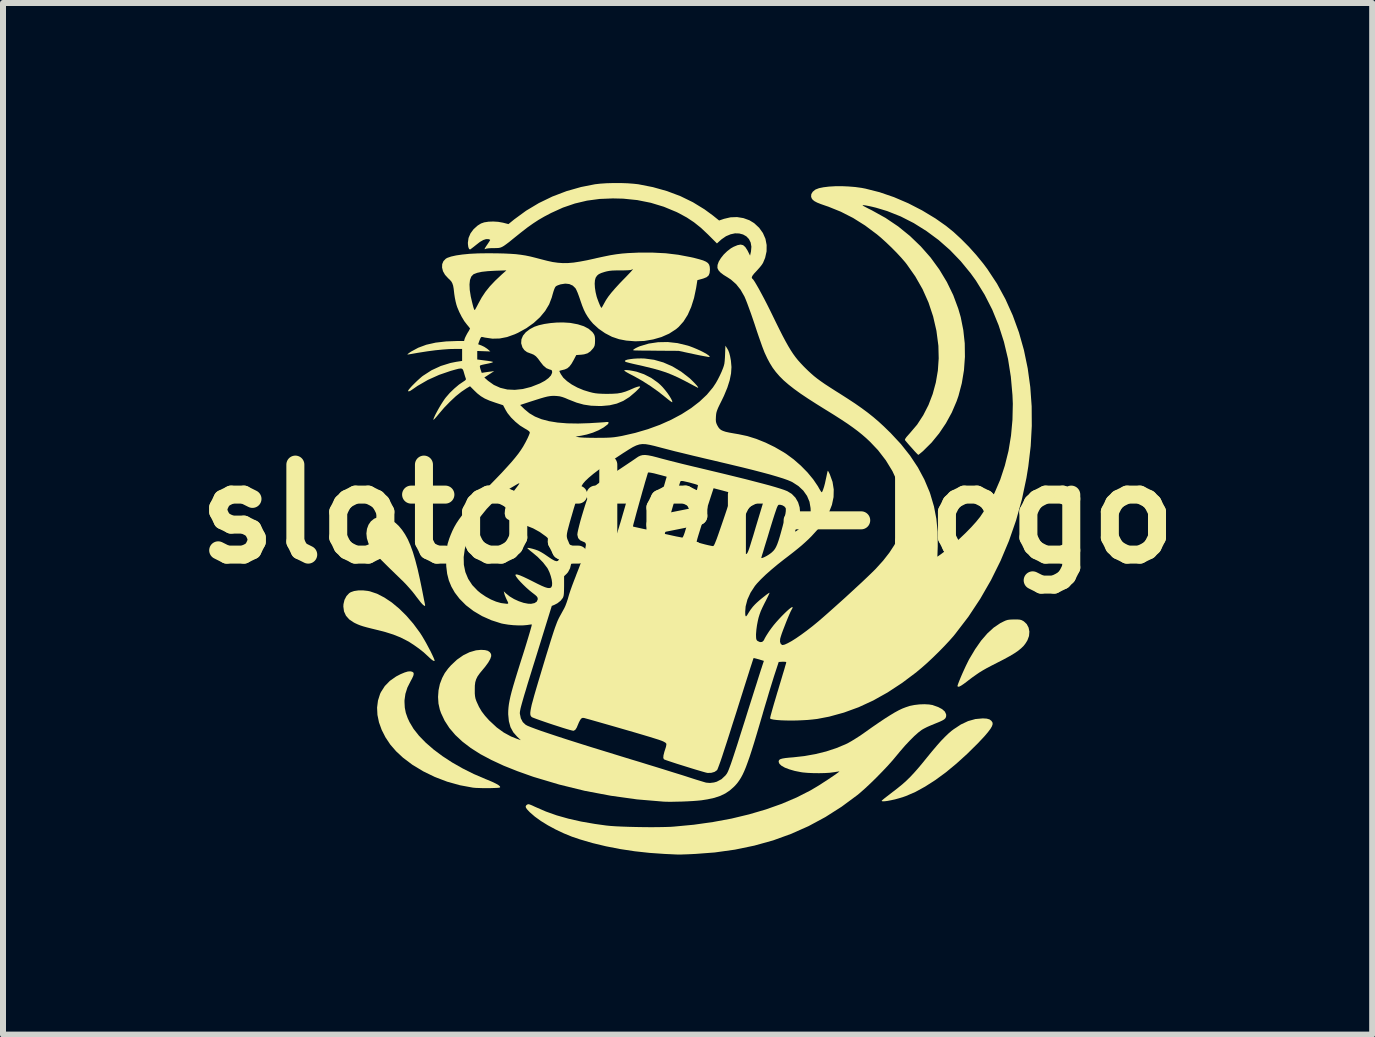
<source format=kicad_pcb>
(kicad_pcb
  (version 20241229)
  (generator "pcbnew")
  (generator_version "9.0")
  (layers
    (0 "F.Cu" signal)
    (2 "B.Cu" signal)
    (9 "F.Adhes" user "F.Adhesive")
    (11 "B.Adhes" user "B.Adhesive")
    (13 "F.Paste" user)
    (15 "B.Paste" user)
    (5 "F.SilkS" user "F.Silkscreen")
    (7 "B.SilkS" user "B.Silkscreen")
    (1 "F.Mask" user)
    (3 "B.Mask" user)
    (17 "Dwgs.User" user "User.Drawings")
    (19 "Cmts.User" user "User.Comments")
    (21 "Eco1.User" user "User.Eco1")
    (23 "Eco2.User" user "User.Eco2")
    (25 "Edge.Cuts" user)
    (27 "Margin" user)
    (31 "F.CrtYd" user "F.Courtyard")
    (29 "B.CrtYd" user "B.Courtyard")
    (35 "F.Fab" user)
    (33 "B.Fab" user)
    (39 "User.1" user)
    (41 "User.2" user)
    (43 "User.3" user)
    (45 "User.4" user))
  (footprint "slototter-logo"
    (layer "F.Cu")
    (at 8.407 5.513)
    (property "Reference" "slototter-logo" (at 0 0 0) (layer "F.SilkS") (effects (font (size 1.5 1.5) (thickness 0.3))))
    (attr board_only exclude_from_pos_files exclude_from_bom)
    (fp_poly (pts (xy -0.972 -2.393) (xy -0.919 -2.384) (xy -0.861 -2.372) (xy -0.848 -2.369) (xy -0.726 -2.327) (xy -0.606 -2.266) (xy -0.495 -2.187) (xy -0.454 -2.151) (xy -0.415 -2.111) (xy -0.375 -2.064) (xy -0.336 -2.014) (xy -0.302 -1.964) (xy -0.275 -1.919) (xy -0.258 -1.884) (xy -0.254 -1.862) (xy -0.254 -1.861) (xy -0.264 -1.864) (xy -0.289 -1.88) (xy -0.324 -1.907) (xy -0.367 -1.942) (xy -0.372 -1.946) (xy -0.49 -2.039) (xy -0.62 -2.131) (xy -0.753 -2.216) (xy -0.882 -2.289) (xy -0.914 -2.306) (xy -0.967 -2.333) (xy -1.01 -2.357) (xy -1.042 -2.377) (xy -1.056 -2.388) (xy -1.056 -2.39) (xy -1.045 -2.396) (xy -1.016 -2.397)) (stroke (width 0) (type solid)) (fill yes) (layer "F.SilkS"))
    (fp_poly (pts (xy -0.168 -2.846) (xy -0.007 -2.807) (xy 0.024 -2.798) (xy 0.088 -2.774) (xy 0.153 -2.747) (xy 0.215 -2.719) (xy 0.27 -2.691) (xy 0.316 -2.665) (xy 0.349 -2.642) (xy 0.367 -2.625) (xy 0.365 -2.615) (xy 0.351 -2.615) (xy 0.316 -2.621) (xy 0.266 -2.63) (xy 0.202 -2.642) (xy 0.13 -2.657) (xy 0.102 -2.663) (xy -0.15 -2.717) (xy -0.474 -2.719) (xy -0.563 -2.72) (xy -0.648 -2.721) (xy -0.724 -2.721) (xy -0.787 -2.722) (xy -0.834 -2.723) (xy -0.858 -2.723) (xy -0.893 -2.725) (xy -0.908 -2.728) (xy -0.905 -2.735) (xy -0.891 -2.746) (xy -0.865 -2.762) (xy -0.826 -2.781) (xy -0.795 -2.794) (xy -0.648 -2.838) (xy -0.492 -2.861) (xy -0.331 -2.864)) (stroke (width 0) (type solid)) (fill yes) (layer "F.SilkS"))
    (fp_poly (pts (xy -0.714 -2.589) (xy -0.558 -2.568) (xy -0.404 -2.524) (xy -0.253 -2.458) (xy -0.108 -2.371) (xy 0.029 -2.265) (xy 0.051 -2.245) (xy 0.091 -2.206) (xy 0.127 -2.169) (xy 0.156 -2.137) (xy 0.173 -2.113) (xy 0.177 -2.101) (xy 0.175 -2.101) (xy 0.163 -2.106) (xy 0.134 -2.121) (xy 0.094 -2.142) (xy 0.07 -2.155) (xy -0.053 -2.22) (xy -0.161 -2.274) (xy -0.262 -2.319) (xy -0.36 -2.358) (xy -0.462 -2.391) (xy -0.573 -2.422) (xy -0.7 -2.453) (xy -0.736 -2.462) (xy -0.829 -2.483) (xy -0.901 -2.499) (xy -0.955 -2.512) (xy -0.993 -2.522) (xy -1.019 -2.529) (xy -1.034 -2.535) (xy -1.041 -2.54) (xy -1.044 -2.546) (xy -1.044 -2.55) (xy -1.033 -2.561) (xy -1.002 -2.571) (xy -0.956 -2.579) (xy -0.899 -2.586) (xy -0.835 -2.59) (xy -0.769 -2.591)) (stroke (width 0) (type solid)) (fill yes) (layer "F.SilkS"))
    (fp_poly (pts (xy -5.021 0.065) (xy -4.941 0.099) (xy -4.864 0.152) (xy -4.813 0.2) (xy -4.758 0.266) (xy -4.708 0.34) (xy -4.661 0.425) (xy -4.618 0.524) (xy -4.577 0.637) (xy -4.538 0.768) (xy -4.499 0.917) (xy -4.461 1.086) (xy -4.435 1.212) (xy -4.419 1.291) (xy -4.405 1.363) (xy -4.393 1.425) (xy -4.383 1.473) (xy -4.377 1.503) (xy -4.375 1.509) (xy -4.374 1.531) (xy -4.384 1.533) (xy -4.408 1.515) (xy -4.426 1.497) (xy -4.448 1.472) (xy -4.479 1.432) (xy -4.516 1.385) (xy -4.546 1.344) (xy -4.588 1.291) (xy -4.641 1.23) (xy -4.698 1.167) (xy -4.755 1.109) (xy -4.761 1.104) (xy -4.868 1) (xy -4.96 0.911) (xy -5.037 0.835) (xy -5.102 0.77) (xy -5.154 0.715) (xy -5.197 0.668) (xy -5.232 0.628) (xy -5.259 0.592) (xy -5.281 0.559) (xy -5.299 0.528) (xy -5.314 0.497) (xy -5.319 0.487) (xy -5.344 0.406) (xy -5.352 0.326) (xy -5.342 0.249) (xy -5.317 0.181) (xy -5.277 0.123) (xy -5.223 0.08) (xy -5.174 0.06) (xy -5.099 0.051)) (stroke (width 0) (type solid)) (fill yes) (layer "F.SilkS"))
    (fp_poly (pts (xy 4.984 3.411) (xy 5.03 3.424) (xy 5.062 3.448) (xy 5.08 3.475) (xy 5.083 3.502) (xy 5.072 3.537) (xy 5.046 3.582) (xy 5.003 3.639) (xy 4.944 3.708) (xy 4.867 3.79) (xy 4.844 3.815) (xy 4.66 3.997) (xy 4.479 4.161) (xy 4.301 4.308) (xy 4.126 4.436) (xy 3.957 4.544) (xy 3.795 4.633) (xy 3.64 4.7) (xy 3.592 4.717) (xy 3.523 4.738) (xy 3.454 4.757) (xy 3.389 4.771) (xy 3.332 4.782) (xy 3.284 4.788) (xy 3.251 4.789) (xy 3.235 4.784) (xy 3.235 4.777) (xy 3.247 4.767) (xy 3.274 4.744) (xy 3.315 4.712) (xy 3.366 4.673) (xy 3.423 4.628) (xy 3.431 4.623) (xy 3.51 4.561) (xy 3.58 4.504) (xy 3.645 4.446) (xy 3.708 4.384) (xy 3.772 4.316) (xy 3.841 4.238) (xy 3.918 4.146) (xy 3.985 4.063) (xy 4.075 3.953) (xy 4.154 3.86) (xy 4.223 3.782) (xy 4.286 3.717) (xy 4.344 3.661) (xy 4.4 3.613) (xy 4.432 3.589) (xy 4.553 3.509) (xy 4.674 3.452) (xy 4.796 3.418) (xy 4.918 3.407)) (stroke (width 0) (type solid)) (fill yes) (layer "F.SilkS"))
    (fp_poly (pts (xy -5.33 1.283) (xy -5.294 1.29) (xy -5.175 1.33) (xy -5.053 1.393) (xy -4.93 1.475) (xy -4.807 1.577) (xy -4.687 1.695) (xy -4.57 1.83) (xy -4.46 1.979) (xy -4.447 1.999) (xy -4.418 2.045) (xy -4.385 2.101) (xy -4.35 2.163) (xy -4.316 2.227) (xy -4.283 2.289) (xy -4.255 2.347) (xy -4.233 2.395) (xy -4.219 2.43) (xy -4.215 2.448) (xy -4.215 2.449) (xy -4.226 2.451) (xy -4.248 2.44) (xy -4.249 2.439) (xy -4.274 2.42) (xy -4.307 2.39) (xy -4.338 2.361) (xy -4.399 2.305) (xy -4.475 2.245) (xy -4.558 2.186) (xy -4.638 2.134) (xy -4.672 2.115) (xy -4.784 2.058) (xy -4.904 2.01) (xy -5.037 1.968) (xy -5.174 1.933) (xy -5.268 1.91) (xy -5.343 1.891) (xy -5.404 1.874) (xy -5.453 1.858) (xy -5.496 1.841) (xy -5.537 1.822) (xy -5.562 1.809) (xy -5.638 1.758) (xy -5.692 1.697) (xy -5.725 1.625) (xy -5.736 1.544) (xy -5.734 1.504) (xy -5.717 1.432) (xy -5.684 1.369) (xy -5.639 1.321) (xy -5.612 1.304) (xy -5.557 1.285) (xy -5.488 1.275) (xy -5.41 1.274)) (stroke (width 0) (type solid)) (fill yes) (layer "F.SilkS"))
    (fp_poly (pts (xy 5.499 1.759) (xy 5.536 1.762) (xy 5.563 1.769) (xy 5.588 1.782) (xy 5.602 1.79) (xy 5.651 1.836) (xy 5.682 1.895) (xy 5.695 1.962) (xy 5.689 2.034) (xy 5.663 2.105) (xy 5.66 2.11) (xy 5.632 2.156) (xy 5.599 2.199) (xy 5.558 2.239) (xy 5.508 2.28) (xy 5.445 2.323) (xy 5.368 2.369) (xy 5.273 2.421) (xy 5.158 2.48) (xy 5.156 2.481) (xy 5.062 2.529) (xy 4.986 2.569) (xy 4.921 2.606) (xy 4.862 2.642) (xy 4.805 2.681) (xy 4.743 2.725) (xy 4.673 2.778) (xy 4.662 2.787) (xy 4.603 2.831) (xy 4.56 2.86) (xy 4.53 2.876) (xy 4.51 2.88) (xy 4.498 2.873) (xy 4.497 2.871) (xy 4.499 2.857) (xy 4.51 2.825) (xy 4.528 2.779) (xy 4.551 2.723) (xy 4.578 2.66) (xy 4.607 2.596) (xy 4.636 2.533) (xy 4.664 2.476) (xy 4.688 2.428) (xy 4.693 2.419) (xy 4.792 2.253) (xy 4.892 2.11) (xy 4.995 1.991) (xy 5.1 1.895) (xy 5.209 1.821) (xy 5.258 1.796) (xy 5.299 1.777) (xy 5.334 1.766) (xy 5.372 1.761) (xy 5.422 1.759) (xy 5.445 1.759)) (stroke (width 0) (type solid)) (fill yes) (layer "F.SilkS"))
    (fp_poly (pts (xy -4.591 2.629) (xy -4.57 2.642) (xy -4.563 2.664) (xy -4.57 2.697) (xy -4.591 2.743) (xy -4.614 2.785) (xy -4.669 2.894) (xy -4.702 2.998) (xy -4.717 3.105) (xy -4.717 3.138) (xy -4.712 3.23) (xy -4.695 3.316) (xy -4.664 3.403) (xy -4.634 3.468) (xy -4.566 3.582) (xy -4.475 3.697) (xy -4.363 3.812) (xy -4.233 3.925) (xy -4.086 4.035) (xy -3.924 4.141) (xy -3.748 4.241) (xy -3.56 4.335) (xy -3.362 4.42) (xy -3.339 4.429) (xy -3.256 4.464) (xy -3.192 4.495) (xy -3.148 4.521) (xy -3.125 4.542) (xy -3.124 4.557) (xy -3.125 4.557) (xy -3.141 4.562) (xy -3.176 4.565) (xy -3.226 4.567) (xy -3.286 4.569) (xy -3.351 4.569) (xy -3.417 4.569) (xy -3.48 4.567) (xy -3.534 4.565) (xy -3.575 4.561) (xy -3.577 4.561) (xy -3.793 4.521) (xy -4.005 4.462) (xy -4.21 4.384) (xy -4.405 4.289) (xy -4.587 4.179) (xy -4.742 4.062) (xy -4.856 3.956) (xy -4.954 3.843) (xy -5.034 3.723) (xy -5.097 3.599) (xy -5.142 3.474) (xy -5.168 3.349) (xy -5.174 3.227) (xy -5.159 3.11) (xy -5.124 2.999) (xy -5.109 2.968) (xy -5.045 2.868) (xy -4.961 2.782) (xy -4.857 2.709) (xy -4.784 2.671) (xy -4.715 2.642) (xy -4.662 2.626) (xy -4.621 2.623)) (stroke (width 0) (type solid)) (fill yes) (layer "F.SilkS"))
    (fp_poly (pts (xy 4.022 3.175) (xy 4.084 3.185) (xy 4.087 3.187) (xy 4.175 3.218) (xy 4.241 3.253) (xy 4.286 3.293) (xy 4.307 3.337) (xy 4.309 3.356) (xy 4.306 3.382) (xy 4.296 3.404) (xy 4.274 3.425) (xy 4.239 3.445) (xy 4.186 3.469) (xy 4.117 3.497) (xy 4.054 3.523) (xy 3.992 3.55) (xy 3.939 3.577) (xy 3.904 3.597) (xy 3.846 3.641) (xy 3.778 3.701) (xy 3.703 3.776) (xy 3.622 3.862) (xy 3.54 3.957) (xy 3.487 4.021) (xy 3.417 4.105) (xy 3.334 4.198) (xy 3.242 4.295) (xy 3.146 4.393) (xy 3.049 4.488) (xy 2.957 4.574) (xy 2.872 4.649) (xy 2.827 4.686) (xy 2.566 4.879) (xy 2.296 5.051) (xy 2.016 5.202) (xy 1.726 5.331) (xy 1.425 5.44) (xy 1.112 5.527) (xy 0.789 5.594) (xy 0.453 5.641) (xy 0.136 5.665) (xy 0.059 5.669) (xy -0.012 5.672) (xy -0.074 5.674) (xy -0.121 5.676) (xy -0.149 5.676) (xy -0.15 5.676) (xy -0.179 5.675) (xy -0.226 5.673) (xy -0.286 5.67) (xy -0.354 5.667) (xy -0.392 5.665) (xy -0.636 5.648) (xy -0.882 5.621) (xy -1.125 5.584) (xy -1.361 5.538) (xy -1.586 5.484) (xy -1.794 5.423) (xy -1.927 5.378) (xy -2.064 5.322) (xy -2.199 5.258) (xy -2.327 5.189) (xy -2.444 5.117) (xy -2.545 5.044) (xy -2.628 4.972) (xy -2.632 4.968) (xy -2.671 4.927) (xy -2.693 4.897) (xy -2.698 4.874) (xy -2.689 4.856) (xy -2.676 4.845) (xy -2.663 4.839) (xy -2.648 4.837) (xy -2.627 4.843) (xy -2.594 4.856) (xy -2.545 4.879) (xy -2.529 4.886) (xy -2.361 4.959) (xy -2.181 5.023) (xy -1.986 5.078) (xy -1.774 5.126) (xy -1.543 5.166) (xy -1.356 5.192) (xy -1.287 5.199) (xy -1.198 5.205) (xy -1.093 5.21) (xy -0.977 5.214) (xy -0.854 5.217) (xy -0.728 5.219) (xy -0.604 5.22) (xy -0.485 5.219) (xy -0.377 5.217) (xy -0.283 5.214) (xy -0.226 5.21) (xy 0.103 5.179) (xy 0.422 5.134) (xy 0.73 5.077) (xy 1.025 5.006) (xy 1.305 4.924) (xy 1.57 4.83) (xy 1.816 4.725) (xy 2.044 4.609) (xy 2.159 4.541) (xy 2.211 4.509) (xy 2.267 4.472) (xy 2.326 4.434) (xy 2.383 4.396) (xy 2.435 4.361) (xy 2.479 4.33) (xy 2.511 4.307) (xy 2.528 4.294) (xy 2.53 4.291) (xy 2.517 4.292) (xy 2.487 4.296) (xy 2.446 4.303) (xy 2.437 4.304) (xy 2.369 4.313) (xy 2.285 4.318) (xy 2.191 4.32) (xy 2.095 4.319) (xy 2.003 4.315) (xy 1.923 4.308) (xy 1.889 4.303) (xy 1.784 4.282) (xy 1.695 4.256) (xy 1.621 4.228) (xy 1.566 4.197) (xy 1.531 4.165) (xy 1.517 4.132) (xy 1.52 4.111) (xy 1.53 4.096) (xy 1.549 4.085) (xy 1.581 4.076) (xy 1.628 4.068) (xy 1.694 4.061) (xy 1.758 4.056) (xy 1.945 4.035) (xy 2.13 4.002) (xy 2.309 3.958) (xy 2.476 3.903) (xy 2.628 3.84) (xy 2.677 3.816) (xy 2.73 3.786) (xy 2.795 3.746) (xy 2.864 3.702) (xy 2.93 3.657) (xy 2.941 3.649) (xy 3.072 3.556) (xy 3.187 3.477) (xy 3.287 3.41) (xy 3.374 3.355) (xy 3.45 3.309) (xy 3.518 3.272) (xy 3.579 3.243) (xy 3.636 3.221) (xy 3.691 3.203) (xy 3.703 3.199) (xy 3.778 3.184) (xy 3.862 3.174) (xy 3.945 3.171)) (stroke (width 0) (type solid)) (fill yes) (layer "F.SilkS"))
    (fp_poly (pts (xy -1.114 -5.513) (xy -0.999 -5.509) (xy -0.895 -5.501) (xy -0.822 -5.493) (xy -0.578 -5.445) (xy -0.343 -5.379) (xy -0.12 -5.295) (xy 0.089 -5.193) (xy 0.283 -5.074) (xy 0.422 -4.972) (xy 0.525 -4.889) (xy 0.608 -4.917) (xy 0.715 -4.942) (xy 0.824 -4.946) (xy 0.93 -4.929) (xy 1.03 -4.893) (xy 1.109 -4.845) (xy 1.192 -4.768) (xy 1.255 -4.68) (xy 1.297 -4.584) (xy 1.317 -4.481) (xy 1.316 -4.375) (xy 1.292 -4.267) (xy 1.257 -4.183) (xy 1.238 -4.153) (xy 1.207 -4.113) (xy 1.169 -4.07) (xy 1.151 -4.05) (xy 1.106 -4.002) (xy 1.079 -3.966) (xy 1.069 -3.941) (xy 1.074 -3.924) (xy 1.08 -3.919) (xy 1.095 -3.903) (xy 1.119 -3.867) (xy 1.15 -3.815) (xy 1.188 -3.749) (xy 1.23 -3.671) (xy 1.276 -3.585) (xy 1.324 -3.492) (xy 1.372 -3.396) (xy 1.398 -3.343) (xy 1.468 -3.199) (xy 1.53 -3.074) (xy 1.584 -2.967) (xy 1.633 -2.875) (xy 1.678 -2.795) (xy 1.719 -2.727) (xy 1.759 -2.666) (xy 1.799 -2.611) (xy 1.84 -2.56) (xy 1.884 -2.511) (xy 1.932 -2.46) (xy 1.956 -2.436) (xy 2.008 -2.385) (xy 2.057 -2.34) (xy 2.106 -2.297) (xy 2.159 -2.255) (xy 2.219 -2.211) (xy 2.288 -2.163) (xy 2.371 -2.109) (xy 2.469 -2.046) (xy 2.524 -2.012) (xy 2.666 -1.921) (xy 2.791 -1.839) (xy 2.901 -1.762) (xy 3.001 -1.688) (xy 3.094 -1.614) (xy 3.183 -1.538) (xy 3.272 -1.456) (xy 3.364 -1.366) (xy 3.38 -1.351) (xy 3.555 -1.163) (xy 3.707 -0.971) (xy 3.837 -0.775) (xy 3.945 -0.573) (xy 4.033 -0.364) (xy 4.045 -0.328) (xy 4.105 -0.125) (xy 4.145 0.082) (xy 4.166 0.297) (xy 4.168 0.524) (xy 4.168 0.539) (xy 4.162 0.713) (xy 4.227 0.667) (xy 4.324 0.593) (xy 4.426 0.508) (xy 4.53 0.415) (xy 4.632 0.318) (xy 4.726 0.222) (xy 4.808 0.131) (xy 4.875 0.048) (xy 4.875 0.048) (xy 5.002 -0.142) (xy 5.114 -0.349) (xy 5.209 -0.57) (xy 5.286 -0.805) (xy 5.347 -1.05) (xy 5.389 -1.305) (xy 5.413 -1.567) (xy 5.419 -1.835) (xy 5.413 -1.98) (xy 5.386 -2.285) (xy 5.339 -2.582) (xy 5.271 -2.867) (xy 5.183 -3.142) (xy 5.076 -3.404) (xy 4.949 -3.653) (xy 4.804 -3.888) (xy 4.715 -4.011) (xy 4.551 -4.211) (xy 4.373 -4.396) (xy 4.182 -4.564) (xy 3.979 -4.714) (xy 3.768 -4.846) (xy 3.55 -4.957) (xy 3.326 -5.046) (xy 3.14 -5.102) (xy 3.079 -5.117) (xy 3.021 -5.13) (xy 2.972 -5.139) (xy 2.947 -5.143) (xy 2.927 -5.145) (xy 2.916 -5.144) (xy 2.918 -5.139) (xy 2.935 -5.128) (xy 2.967 -5.111) (xy 3.017 -5.085) (xy 3.073 -5.057) (xy 3.298 -4.932) (xy 3.509 -4.79) (xy 3.705 -4.631) (xy 3.885 -4.458) (xy 4.049 -4.272) (xy 4.194 -4.073) (xy 4.32 -3.864) (xy 4.426 -3.646) (xy 4.51 -3.42) (xy 4.551 -3.279) (xy 4.594 -3.063) (xy 4.618 -2.842) (xy 4.621 -2.617) (xy 4.605 -2.394) (xy 4.569 -2.177) (xy 4.514 -1.968) (xy 4.482 -1.876) (xy 4.402 -1.689) (xy 4.304 -1.51) (xy 4.191 -1.342) (xy 4.065 -1.188) (xy 3.929 -1.053) (xy 3.928 -1.051) (xy 3.892 -1.021) (xy 3.863 -0.997) (xy 3.846 -0.985) (xy 3.843 -0.984) (xy 3.833 -0.993) (xy 3.811 -1.015) (xy 3.78 -1.048) (xy 3.745 -1.088) (xy 3.708 -1.129) (xy 3.673 -1.169) (xy 3.645 -1.202) (xy 3.625 -1.226) (xy 3.621 -1.233) (xy 3.625 -1.249) (xy 3.646 -1.28) (xy 3.684 -1.323) (xy 3.707 -1.349) (xy 3.825 -1.488) (xy 3.927 -1.645) (xy 4.014 -1.815) (xy 4.084 -1.998) (xy 4.136 -2.189) (xy 4.17 -2.388) (xy 4.184 -2.591) (xy 4.179 -2.795) (xy 4.178 -2.808) (xy 4.146 -3.053) (xy 4.091 -3.291) (xy 4.014 -3.523) (xy 3.915 -3.745) (xy 3.794 -3.957) (xy 3.653 -4.158) (xy 3.625 -4.194) (xy 3.561 -4.268) (xy 3.484 -4.351) (xy 3.398 -4.438) (xy 3.309 -4.523) (xy 3.222 -4.602) (xy 3.155 -4.658) (xy 2.957 -4.806) (xy 2.758 -4.931) (xy 2.554 -5.035) (xy 2.344 -5.12) (xy 2.305 -5.133) (xy 2.222 -5.162) (xy 2.159 -5.187) (xy 2.114 -5.211) (xy 2.084 -5.235) (xy 2.066 -5.261) (xy 2.058 -5.288) (xy 2.061 -5.328) (xy 2.085 -5.368) (xy 2.125 -5.401) (xy 2.136 -5.407) (xy 2.191 -5.428) (xy 2.266 -5.443) (xy 2.357 -5.454) (xy 2.459 -5.46) (xy 2.568 -5.461) (xy 2.681 -5.456) (xy 2.793 -5.447) (xy 2.901 -5.432) (xy 2.963 -5.42) (xy 3.2 -5.36) (xy 3.439 -5.278) (xy 3.677 -5.176) (xy 3.908 -5.057) (xy 4.13 -4.923) (xy 4.305 -4.8) (xy 4.429 -4.7) (xy 4.557 -4.582) (xy 4.686 -4.452) (xy 4.81 -4.314) (xy 4.926 -4.172) (xy 4.994 -4.081) (xy 5.155 -3.837) (xy 5.296 -3.578) (xy 5.418 -3.307) (xy 5.521 -3.024) (xy 5.604 -2.73) (xy 5.667 -2.426) (xy 5.71 -2.113) (xy 5.733 -1.793) (xy 5.735 -1.465) (xy 5.717 -1.131) (xy 5.677 -0.792) (xy 5.646 -0.6) (xy 5.571 -0.245) (xy 5.474 0.105) (xy 5.355 0.448) (xy 5.215 0.781) (xy 5.055 1.104) (xy 4.876 1.415) (xy 4.679 1.713) (xy 4.463 1.995) (xy 4.431 2.035) (xy 4.362 2.113) (xy 4.279 2.202) (xy 4.187 2.296) (xy 4.09 2.391) (xy 3.993 2.482) (xy 3.9 2.564) (xy 3.817 2.633) (xy 3.817 2.634) (xy 3.576 2.815) (xy 3.334 2.974) (xy 3.093 3.109) (xy 2.85 3.221) (xy 2.606 3.31) (xy 2.359 3.378) (xy 2.161 3.416) (xy 2.085 3.425) (xy 2.001 3.433) (xy 1.91 3.438) (xy 1.817 3.442) (xy 1.725 3.443) (xy 1.637 3.442) (xy 1.556 3.439) (xy 1.486 3.434) (xy 1.43 3.427) (xy 1.391 3.418) (xy 1.374 3.408) (xy 1.376 3.395) (xy 1.384 3.361) (xy 1.398 3.309) (xy 1.417 3.241) (xy 1.44 3.161) (xy 1.467 3.071) (xy 1.496 2.972) (xy 1.506 2.941) (xy 1.536 2.84) (xy 1.564 2.747) (xy 1.589 2.663) (xy 1.611 2.591) (xy 1.627 2.534) (xy 1.639 2.494) (xy 1.644 2.474) (xy 1.645 2.472) (xy 1.633 2.465) (xy 1.604 2.463) (xy 1.581 2.463) (xy 1.518 2.467) (xy 1.455 2.659) (xy 1.437 2.714) (xy 1.414 2.789) (xy 1.386 2.879) (xy 1.355 2.98) (xy 1.323 3.089) (xy 1.289 3.201) (xy 1.256 3.313) (xy 1.253 3.325) (xy 1.199 3.509) (xy 1.151 3.671) (xy 1.108 3.814) (xy 1.069 3.938) (xy 1.034 4.046) (xy 1.001 4.139) (xy 0.972 4.218) (xy 0.944 4.286) (xy 0.917 4.344) (xy 0.89 4.394) (xy 0.863 4.437) (xy 0.836 4.475) (xy 0.807 4.51) (xy 0.776 4.543) (xy 0.774 4.545) (xy 0.703 4.608) (xy 0.628 4.658) (xy 0.543 4.699) (xy 0.446 4.731) (xy 0.331 4.756) (xy 0.229 4.772) (xy 0.168 4.778) (xy 0.09 4.784) (xy -0.001 4.789) (xy -0.096 4.793) (xy -0.192 4.795) (xy -0.28 4.797) (xy -0.355 4.796) (xy -0.402 4.794) (xy -0.841 4.757) (xy -1.279 4.696) (xy -1.714 4.614) (xy -2.141 4.509) (xy -2.56 4.384) (xy -2.587 4.375) (xy -2.837 4.286) (xy -3.065 4.195) (xy -3.269 4.1) (xy -3.452 4.003) (xy -3.612 3.901) (xy -3.751 3.795) (xy -3.87 3.684) (xy -3.969 3.568) (xy -4.048 3.446) (xy -4.108 3.319) (xy -4.129 3.259) (xy -4.151 3.16) (xy -4.158 3.05) (xy -4.15 2.939) (xy -4.128 2.836) (xy -4.125 2.827) (xy -4.089 2.733) (xy -4.046 2.652) (xy -3.99 2.576) (xy -3.941 2.521) (xy -3.843 2.429) (xy -3.739 2.356) (xy -3.633 2.304) (xy -3.526 2.273) (xy -3.443 2.265) (xy -3.376 2.269) (xy -3.328 2.281) (xy -3.294 2.305) (xy -3.275 2.335) (xy -3.272 2.369) (xy -3.288 2.417) (xy -3.322 2.477) (xy -3.374 2.548) (xy -3.409 2.59) (xy -3.461 2.653) (xy -3.499 2.706) (xy -3.523 2.755) (xy -3.538 2.804) (xy -3.545 2.861) (xy -3.546 2.929) (xy -3.546 2.991) (xy -3.542 3.036) (xy -3.535 3.074) (xy -3.523 3.11) (xy -3.515 3.13) (xy -3.476 3.215) (xy -3.431 3.291) (xy -3.376 3.363) (xy -3.306 3.441) (xy -3.295 3.451) (xy -3.18 3.558) (xy -3.064 3.642) (xy -2.943 3.708) (xy -2.845 3.747) (xy -2.779 3.77) (xy -2.84 3.712) (xy -2.905 3.638) (xy -2.951 3.553) (xy -2.978 3.454) (xy -2.989 3.34) (xy -2.989 3.324) (xy -2.989 3.31) (xy -2.795 3.31) (xy -2.795 3.325) (xy -2.795 3.328) (xy -2.779 3.406) (xy -2.746 3.469) (xy -2.699 3.513) (xy -2.668 3.53) (xy -2.614 3.552) (xy -2.537 3.581) (xy -2.437 3.617) (xy -2.315 3.658) (xy -2.171 3.706) (xy -2.005 3.76) (xy -1.816 3.82) (xy -1.606 3.886) (xy -1.375 3.957) (xy -1.122 4.035) (xy -0.93 4.094) (xy -0.8 4.133) (xy -0.668 4.174) (xy -0.537 4.214) (xy -0.411 4.253) (xy -0.293 4.29) (xy -0.187 4.323) (xy -0.096 4.351) (xy -0.024 4.374) (xy -0.012 4.378) (xy 0.068 4.404) (xy 0.143 4.428) (xy 0.209 4.448) (xy 0.262 4.464) (xy 0.299 4.475) (xy 0.312 4.478) (xy 0.373 4.483) (xy 0.439 4.475) (xy 0.486 4.462) (xy 0.565 4.42) (xy 0.631 4.358) (xy 0.653 4.329) (xy 0.662 4.313) (xy 0.673 4.291) (xy 0.686 4.26) (xy 0.701 4.22) (xy 0.72 4.169) (xy 0.742 4.105) (xy 0.768 4.027) (xy 0.799 3.932) (xy 0.835 3.821) (xy 0.876 3.69) (xy 0.924 3.539) (xy 0.954 3.445) (xy 0.997 3.307) (xy 1.039 3.174) (xy 1.079 3.048) (xy 1.116 2.931) (xy 1.15 2.825) (xy 1.179 2.732) (xy 1.204 2.654) (xy 1.223 2.594) (xy 1.237 2.553) (xy 1.242 2.536) (xy 1.271 2.449) (xy 1.187 2.423) (xy 1.146 2.412) (xy 1.114 2.404) (xy 1.099 2.402) (xy 1.099 2.402) (xy 1.095 2.414) (xy 1.084 2.447) (xy 1.067 2.5) (xy 1.044 2.57) (xy 1.017 2.656) (xy 0.985 2.757) (xy 0.949 2.87) (xy 0.91 2.994) (xy 0.868 3.127) (xy 0.824 3.267) (xy 0.806 3.324) (xy 0.746 3.511) (xy 0.694 3.676) (xy 0.648 3.819) (xy 0.608 3.941) (xy 0.575 4.043) (xy 0.547 4.125) (xy 0.524 4.188) (xy 0.507 4.233) (xy 0.496 4.26) (xy 0.49 4.27) (xy 0.45 4.298) (xy 0.396 4.314) (xy 0.339 4.316) (xy 0.327 4.315) (xy 0.302 4.309) (xy 0.259 4.297) (xy 0.201 4.28) (xy 0.133 4.26) (xy 0.058 4.237) (xy -0.022 4.212) (xy -0.102 4.187) (xy -0.179 4.163) (xy -0.249 4.14) (xy -0.309 4.12) (xy -0.356 4.104) (xy -0.385 4.093) (xy -0.394 4.089) (xy -0.405 4.066) (xy -0.402 4.024) (xy -0.387 3.964) (xy -0.373 3.921) (xy -0.36 3.88) (xy -0.354 3.846) (xy -0.354 3.829) (xy -0.37 3.811) (xy -0.404 3.792) (xy -0.43 3.781) (xy -0.477 3.764) (xy -0.547 3.742) (xy -0.64 3.713) (xy -0.754 3.679) (xy -0.889 3.639) (xy -1.045 3.594) (xy -1.221 3.543) (xy -1.417 3.487) (xy -1.631 3.426) (xy -1.683 3.412) (xy -1.722 3.401) (xy -1.746 3.398) (xy -1.761 3.403) (xy -1.775 3.413) (xy -1.791 3.436) (xy -1.81 3.472) (xy -1.824 3.505) (xy -1.848 3.562) (xy -1.871 3.597) (xy -1.896 3.612) (xy -1.904 3.613) (xy -1.925 3.609) (xy -1.964 3.599) (xy -2.019 3.583) (xy -2.084 3.563) (xy -2.158 3.539) (xy -2.236 3.514) (xy -2.314 3.488) (xy -2.39 3.462) (xy -2.459 3.438) (xy -2.518 3.417) (xy -2.563 3.4) (xy -2.592 3.388) (xy -2.599 3.383) (xy -2.609 3.372) (xy -2.617 3.357) (xy -2.621 3.338) (xy -2.621 3.312) (xy -2.617 3.278) (xy -2.609 3.234) (xy -2.597 3.178) (xy -2.578 3.109) (xy -2.555 3.024) (xy -2.525 2.921) (xy -2.489 2.799) (xy -2.446 2.657) (xy -2.445 2.653) (xy -2.396 2.49) (xy -2.353 2.348) (xy -2.315 2.226) (xy -2.283 2.121) (xy -2.255 2.033) (xy -2.231 1.959) (xy -2.21 1.897) (xy -2.191 1.846) (xy -2.175 1.803) (xy -2.16 1.768) (xy -2.146 1.739) (xy -2.133 1.714) (xy -2.105 1.663) (xy -2.075 1.608) (xy -2.055 1.572) (xy -2.036 1.531) (xy -2.015 1.475) (xy -1.995 1.415) (xy -1.987 1.386) (xy -1.973 1.338) (xy -1.952 1.274) (xy -1.925 1.198) (xy -1.894 1.116) (xy -1.862 1.034) (xy -1.855 1.014) (xy -1.812 0.905) (xy -1.774 0.803) (xy -1.749 0.729) (xy 1.228 0.729) (xy 1.232 0.736) (xy 1.251 0.732) (xy 1.281 0.719) (xy 1.318 0.7) (xy 1.355 0.677) (xy 1.39 0.652) (xy 1.404 0.64) (xy 1.431 0.614) (xy 1.454 0.585) (xy 1.474 0.55) (xy 1.494 0.505) (xy 1.515 0.446) (xy 1.538 0.371) (xy 1.553 0.318) (xy 1.585 0.201) (xy 1.61 0.101) (xy 1.627 0.019) (xy 1.636 -0.043) (xy 1.637 -0.085) (xy 1.634 -0.098) (xy 1.613 -0.124) (xy 1.578 -0.144) (xy 1.54 -0.153) (xy 1.515 -0.151) (xy 1.508 -0.144) (xy 1.498 -0.127) (xy 1.485 -0.097) (xy 1.47 -0.053) (xy 1.45 0.006) (xy 1.425 0.084) (xy 1.395 0.181) (xy 1.363 0.285) (xy 1.334 0.383) (xy 1.306 0.473) (xy 1.281 0.554) (xy 1.261 0.623) (xy 1.244 0.676) (xy 1.233 0.713) (xy 1.228 0.729) (xy 1.228 0.729) (xy -1.749 0.729) (xy -1.743 0.711) (xy -1.719 0.632) (xy -1.706 0.582) (xy 0.697 0.582) (xy 0.707 0.591) (xy 0.736 0.603) (xy 0.777 0.618) (xy 0.824 0.634) (xy 0.873 0.649) (xy 0.919 0.66) (xy 0.954 0.667) (xy 0.972 0.669) (xy 0.98 0.667) (xy 0.987 0.662) (xy 0.995 0.652) (xy 1.004 0.635) (xy 1.015 0.608) (xy 1.029 0.569) (xy 1.046 0.516) (xy 1.067 0.447) (xy 1.094 0.361) (xy 1.126 0.253) (xy 1.135 0.222) (xy 1.269 -0.222) (xy 1.126 -0.256) (xy 1.07 -0.269) (xy 1.024 -0.278) (xy 0.991 -0.284) (xy 0.977 -0.284) (xy 0.977 -0.284) (xy 0.972 -0.272) (xy 0.96 -0.24) (xy 0.944 -0.191) (xy 0.923 -0.128) (xy 0.899 -0.055) (xy 0.873 0.026) (xy 0.845 0.111) (xy 0.817 0.198) (xy 0.79 0.282) (xy 0.764 0.362) (xy 0.741 0.434) (xy 0.722 0.496) (xy 0.708 0.543) (xy 0.699 0.573) (xy 0.697 0.582) (xy -1.706 0.582) (xy -1.703 0.568) (xy -1.695 0.521) (xy -1.695 0.501) (xy -1.709 0.477) (xy -1.734 0.465) (xy 0.15 0.465) (xy 0.15 0.467) (xy 0.166 0.474) (xy 0.198 0.484) (xy 0.243 0.496) (xy 0.292 0.509) (xy 0.342 0.521) (xy 0.385 0.53) (xy 0.415 0.536) (xy 0.425 0.536) (xy 0.432 0.532) (xy 0.441 0.52) (xy 0.452 0.498) (xy 0.466 0.464) (xy 0.485 0.416) (xy 0.508 0.352) (xy 0.536 0.271) (xy 0.571 0.17) (xy 0.596 0.097) (xy 0.629 -0.00011) (xy 0.659 -0.09) (xy 0.686 -0.17) (xy 0.708 -0.238) (xy 0.725 -0.292) (xy 0.736 -0.328) (xy 0.74 -0.344) (xy 0.74 -0.345) (xy 0.727 -0.349) (xy 0.695 -0.359) (xy 0.649 -0.371) (xy 0.594 -0.386) (xy 0.584 -0.389) (xy 0.433 -0.428) (xy 0.397 -0.319) (xy 0.384 -0.279) (xy 0.365 -0.22) (xy 0.341 -0.146) (xy 0.313 -0.062) (xy 0.284 0.027) (xy 0.254 0.119) (xy 0.252 0.125) (xy 0.225 0.21) (xy 0.201 0.287) (xy 0.18 0.355) (xy 0.164 0.409) (xy 0.154 0.447) (xy 0.15 0.465) (xy -1.734 0.465) (xy -1.738 0.464) (xy -1.791 0.439) (xy -1.824 0.402) (xy -1.836 0.352) (xy -1.837 0.344) (xy -1.833 0.311) (xy -1.827 0.281) (xy -1.457 0.281) (xy -1.446 0.287) (xy -1.418 0.298) (xy -1.376 0.311) (xy -1.326 0.325) (xy -1.273 0.339) (xy -1.222 0.352) (xy -1.188 0.359) (xy -1.184 0.348) (xy -1.179 0.333) (xy -0.381 0.333) (xy -0.241 0.364) (xy -0.186 0.376) (xy -0.138 0.385) (xy -0.103 0.392) (xy -0.088 0.395) (xy -0.078 0.385) (xy -0.065 0.357) (xy -0.05 0.316) (xy -0.044 0.297) (xy -0.002 0.158) (xy 0.036 0.029) (xy 0.071 -0.09) (xy 0.101 -0.196) (xy 0.126 -0.288) (xy 0.147 -0.364) (xy 0.161 -0.422) (xy 0.17 -0.461) (xy 0.172 -0.479) (xy 0.172 -0.48) (xy 0.157 -0.486) (xy 0.124 -0.497) (xy 0.077 -0.51) (xy 0.027 -0.524) (xy -0.034 -0.538) (xy -0.075 -0.547) (xy -0.1 -0.549) (xy -0.114 -0.547) (xy -0.119 -0.542) (xy -0.125 -0.526) (xy -0.137 -0.49) (xy -0.153 -0.44) (xy -0.172 -0.378) (xy -0.191 -0.314) (xy -0.216 -0.226) (xy -0.246 -0.125) (xy -0.276 -0.021) (xy -0.305 0.075) (xy -0.317 0.116) (xy -0.381 0.333) (xy -1.179 0.333) (xy -1.173 0.317) (xy -1.158 0.269) (xy -1.139 0.209) (xy -0.91 0.209) (xy -0.91 0.209) (xy -0.897 0.214) (xy -0.865 0.221) (xy -0.821 0.231) (xy -0.771 0.242) (xy -0.72 0.253) (xy -0.674 0.262) (xy -0.638 0.268) (xy -0.619 0.271) (xy -0.618 0.271) (xy -0.612 0.259) (xy -0.601 0.227) (xy -0.584 0.176) (xy -0.563 0.11) (xy -0.539 0.032) (xy -0.512 -0.058) (xy -0.483 -0.155) (xy -0.478 -0.175) (xy -0.449 -0.274) (xy -0.423 -0.365) (xy -0.399 -0.446) (xy -0.379 -0.514) (xy -0.364 -0.567) (xy -0.353 -0.603) (xy -0.349 -0.619) (xy -0.349 -0.619) (xy -0.359 -0.623) (xy -0.389 -0.631) (xy -0.433 -0.643) (xy -0.488 -0.657) (xy -0.499 -0.66) (xy -0.56 -0.676) (xy -0.61 -0.686) (xy -0.644 -0.691) (xy -0.659 -0.689) (xy -0.664 -0.676) (xy -0.674 -0.642) (xy -0.689 -0.592) (xy -0.708 -0.529) (xy -0.729 -0.454) (xy -0.753 -0.372) (xy -0.777 -0.285) (xy -0.802 -0.197) (xy -0.826 -0.11) (xy -0.849 -0.028) (xy -0.869 0.047) (xy -0.886 0.111) (xy -0.9 0.161) (xy -0.908 0.195) (xy -0.91 0.209) (xy -1.139 0.209) (xy -1.139 0.206) (xy -1.116 0.133) (xy -1.092 0.05) (xy -1.089 0.039) (xy -1.064 -0.046) (xy -1.041 -0.125) (xy -1.022 -0.193) (xy -1.006 -0.249) (xy -0.994 -0.288) (xy -0.989 -0.308) (xy -0.989 -0.308) (xy -0.988 -0.326) (xy -0.999 -0.337) (xy -1.028 -0.347) (xy -1.034 -0.349) (xy -1.078 -0.356) (xy -1.129 -0.358) (xy -1.152 -0.357) (xy -1.193 -0.352) (xy -1.221 -0.341) (xy -1.246 -0.318) (xy -1.257 -0.306) (xy -1.287 -0.263) (xy -1.317 -0.201) (xy -1.347 -0.121) (xy -1.379 -0.019) (xy -1.41 0.096) (xy -1.426 0.158) (xy -1.439 0.211) (xy -1.45 0.253) (xy -1.456 0.277) (xy -1.457 0.281) (xy -1.827 0.281) (xy -1.822 0.259) (xy -1.806 0.193) (xy -1.786 0.116) (xy -1.762 0.033) (xy -1.736 -0.053) (xy -1.71 -0.137) (xy -1.684 -0.215) (xy -1.66 -0.283) (xy -1.639 -0.338) (xy -1.622 -0.375) (xy -1.619 -0.38) (xy -1.594 -0.414) (xy -1.558 -0.451) (xy -1.509 -0.492) (xy -1.445 -0.539) (xy -1.362 -0.595) (xy -1.346 -0.605) (xy -1.222 -0.686) (xy -1.117 -0.755) (xy -1.03 -0.813) (xy -0.96 -0.86) (xy -0.905 -0.897) (xy -0.864 -0.925) (xy -0.856 -0.931) (xy -0.82 -0.955) (xy -0.785 -0.971) (xy -0.749 -0.98) (xy -0.707 -0.982) (xy -0.655 -0.976) (xy -0.589 -0.963) (xy -0.507 -0.942) (xy -0.45 -0.926) (xy -0.381 -0.908) (xy -0.293 -0.885) (xy -0.193 -0.86) (xy -0.086 -0.833) (xy 0.022 -0.807) (xy 0.126 -0.782) (xy 0.132 -0.781) (xy 0.373 -0.723) (xy 0.591 -0.671) (xy 0.787 -0.623) (xy 0.962 -0.58) (xy 1.116 -0.54) (xy 1.251 -0.505) (xy 1.367 -0.474) (xy 1.464 -0.446) (xy 1.545 -0.421) (xy 1.608 -0.4) (xy 1.656 -0.381) (xy 1.663 -0.378) (xy 1.736 -0.333) (xy 1.797 -0.27) (xy 1.841 -0.194) (xy 1.867 -0.109) (xy 1.873 -0.045) (xy 1.867 0.014) (xy 1.853 0.089) (xy 1.83 0.174) (xy 1.8 0.263) (xy 1.791 0.287) (xy 1.794 0.294) (xy 1.811 0.286) (xy 1.84 0.265) (xy 1.879 0.233) (xy 1.924 0.193) (xy 1.941 0.176) (xy 1.993 0.121) (xy 2.027 0.071) (xy 2.046 0.018) (xy 2.051 -0.044) (xy 2.049 -0.097) (xy 2.031 -0.203) (xy 1.99 -0.3) (xy 1.928 -0.388) (xy 1.847 -0.464) (xy 1.748 -0.528) (xy 1.726 -0.539) (xy 1.669 -0.563) (xy 1.59 -0.591) (xy 1.49 -0.622) (xy 1.371 -0.657) (xy 1.233 -0.694) (xy 1.079 -0.734) (xy 0.91 -0.776) (xy 0.78 -0.807) (xy 0.672 -0.833) (xy 0.549 -0.862) (xy 0.419 -0.893) (xy 0.289 -0.923) (xy 0.169 -0.952) (xy 0.108 -0.966) (xy 0.006 -0.991) (xy -0.101 -1.017) (xy -0.209 -1.043) (xy -0.309 -1.069) (xy -0.398 -1.092) (xy -0.456 -1.107) (xy -0.554 -1.133) (xy -0.633 -1.151) (xy -0.698 -1.162) (xy -0.754 -1.164) (xy -0.805 -1.157) (xy -0.857 -1.14) (xy -0.913 -1.113) (xy -0.978 -1.074) (xy -1.058 -1.023) (xy -1.065 -1.019) (xy -1.222 -0.915) (xy -1.359 -0.822) (xy -1.475 -0.74) (xy -1.571 -0.667) (xy -1.647 -0.603) (xy -1.704 -0.549) (xy -1.743 -0.504) (xy -1.746 -0.499) (xy -1.765 -0.467) (xy -1.786 -0.423) (xy -1.808 -0.364) (xy -1.834 -0.291) (xy -1.863 -0.199) (xy -1.897 -0.089) (xy -1.935 0.043) (xy -1.938 0.052) (xy -1.965 0.146) (xy -1.985 0.221) (xy -2 0.278) (xy -2.009 0.322) (xy -2.013 0.357) (xy -2.012 0.384) (xy -2.007 0.408) (xy -1.999 0.431) (xy -1.989 0.453) (xy -1.961 0.523) (xy -1.943 0.591) (xy -1.935 0.667) (xy -1.933 0.727) (xy -1.939 0.826) (xy -1.959 0.907) (xy -1.992 0.97) (xy -2.014 0.996) (xy -2.058 1.038) (xy -2.058 1.2) (xy -2.059 1.271) (xy -2.061 1.322) (xy -2.065 1.358) (xy -2.072 1.384) (xy -2.08 1.401) (xy -2.116 1.447) (xy -2.169 1.489) (xy -2.221 1.516) (xy -2.263 1.533) (xy -2.531 2.399) (xy -2.582 2.562) (xy -2.626 2.705) (xy -2.664 2.827) (xy -2.695 2.932) (xy -2.722 3.02) (xy -2.743 3.093) (xy -2.76 3.153) (xy -2.773 3.201) (xy -2.783 3.239) (xy -2.789 3.269) (xy -2.793 3.292) (xy -2.795 3.31) (xy -2.989 3.31) (xy -2.988 3.274) (xy -2.984 3.222) (xy -2.977 3.167) (xy -2.966 3.106) (xy -2.951 3.037) (xy -2.931 2.958) (xy -2.905 2.866) (xy -2.873 2.759) (xy -2.835 2.635) (xy -2.79 2.491) (xy -2.773 2.437) (xy -2.739 2.331) (xy -2.707 2.229) (xy -2.678 2.134) (xy -2.652 2.048) (xy -2.63 1.974) (xy -2.613 1.914) (xy -2.601 1.871) (xy -2.596 1.846) (xy -2.596 1.842) (xy -2.608 1.842) (xy -2.638 1.846) (xy -2.671 1.851) (xy -2.736 1.857) (xy -2.816 1.858) (xy -2.903 1.854) (xy -2.99 1.845) (xy -3.069 1.832) (xy -3.103 1.825) (xy -3.269 1.772) (xy -3.424 1.703) (xy -3.566 1.619) (xy -3.693 1.522) (xy -3.801 1.413) (xy -3.879 1.311) (xy -3.936 1.211) (xy -3.978 1.109) (xy -4.006 0.999) (xy -4.021 0.876) (xy -4.025 0.762) (xy -4.024 0.719) (xy -3.731 0.719) (xy -3.728 0.848) (xy -3.703 0.969) (xy -3.656 1.082) (xy -3.588 1.186) (xy -3.498 1.28) (xy -3.447 1.322) (xy -3.364 1.378) (xy -3.277 1.426) (xy -3.191 1.462) (xy -3.114 1.484) (xy -3.097 1.487) (xy -3.042 1.494) (xy -3.008 1.498) (xy -2.991 1.494) (xy -2.989 1.483) (xy -2.998 1.461) (xy -3.013 1.431) (xy -3.032 1.389) (xy -3.048 1.349) (xy -3.054 1.326) (xy -3.063 1.29) (xy -3.023 1.328) (xy -2.963 1.376) (xy -2.891 1.419) (xy -2.812 1.455) (xy -2.732 1.482) (xy -2.659 1.496) (xy -2.608 1.498) (xy -2.551 1.486) (xy -2.514 1.462) (xy -2.498 1.427) (xy -2.497 1.415) (xy -2.5 1.396) (xy -2.512 1.376) (xy -2.536 1.353) (xy -2.577 1.321) (xy -2.584 1.316) (xy -2.635 1.275) (xy -2.688 1.228) (xy -2.739 1.179) (xy -2.786 1.131) (xy -2.826 1.086) (xy -2.854 1.049) (xy -2.868 1.023) (xy -2.869 1.018) (xy -2.861 1.008) (xy -2.837 1.01) (xy -2.796 1.023) (xy -2.737 1.048) (xy -2.659 1.085) (xy -2.585 1.122) (xy -2.498 1.166) (xy -2.429 1.199) (xy -2.376 1.221) (xy -2.336 1.233) (xy -2.306 1.236) (xy -2.285 1.232) (xy -2.271 1.222) (xy -2.259 1.195) (xy -2.257 1.152) (xy -2.264 1.098) (xy -2.279 1.038) (xy -2.3 0.977) (xy -2.326 0.921) (xy -2.338 0.9) (xy -2.408 0.809) (xy -2.499 0.716) (xy -2.58 0.648) (xy -2.62 0.616) (xy -2.65 0.59) (xy -2.669 0.572) (xy -2.672 0.567) (xy -2.656 0.566) (xy -2.625 0.571) (xy -2.583 0.581) (xy -2.539 0.594) (xy -2.497 0.609) (xy -2.479 0.617) (xy -2.441 0.637) (xy -2.393 0.666) (xy -2.343 0.7) (xy -2.327 0.711) (xy -2.266 0.752) (xy -2.221 0.777) (xy -2.187 0.788) (xy -2.164 0.784) (xy -2.152 0.773) (xy -2.14 0.747) (xy -2.138 0.715) (xy -2.147 0.669) (xy -2.155 0.639) (xy -2.188 0.564) (xy -2.245 0.486) (xy -2.323 0.408) (xy -2.361 0.375) (xy -2.464 0.301) (xy -2.573 0.241) (xy -2.693 0.193) (xy -2.779 0.167) (xy -2.864 0.143) (xy -2.928 0.123) (xy -2.974 0.103) (xy -3.007 0.085) (xy -3.027 0.065) (xy -3.037 0.047) (xy -3.048 -0.006) (xy -3.042 -0.073) (xy -3.021 -0.149) (xy -2.986 -0.232) (xy -2.938 -0.318) (xy -2.885 -0.395) (xy -2.845 -0.447) (xy -2.819 -0.482) (xy -2.806 -0.502) (xy -2.803 -0.511) (xy -2.81 -0.51) (xy -2.827 -0.502) (xy -2.845 -0.492) (xy -2.974 -0.416) (xy -3.103 -0.32) (xy -3.228 -0.208) (xy -3.347 -0.084) (xy -3.454 0.048) (xy -3.547 0.185) (xy -3.607 0.294) (xy -3.671 0.441) (xy -3.712 0.583) (xy -3.731 0.719) (xy -4.024 0.719) (xy -4.023 0.662) (xy -4.014 0.576) (xy -3.998 0.496) (xy -3.972 0.413) (xy -3.948 0.35) (xy -3.92 0.284) (xy -3.888 0.219) (xy -3.851 0.155) (xy -3.807 0.089) (xy -3.755 0.019) (xy -3.693 -0.056) (xy -3.62 -0.14) (xy -3.534 -0.234) (xy -3.433 -0.339) (xy -3.319 -0.456) (xy -3.2 -0.578) (xy -3.097 -0.685) (xy -3.01 -0.78) (xy -2.935 -0.863) (xy -2.873 -0.937) (xy -2.82 -1.004) (xy -2.777 -1.065) (xy -2.741 -1.121) (xy -2.737 -1.128) (xy -2.699 -1.196) (xy -2.668 -1.257) (xy -2.645 -1.308) (xy -2.631 -1.345) (xy -2.629 -1.359) (xy -2.64 -1.376) (xy -2.672 -1.4) (xy -2.714 -1.424) (xy -2.793 -1.473) (xy -2.87 -1.536) (xy -2.941 -1.606) (xy -3 -1.679) (xy -3.03 -1.728) (xy -3.074 -1.811) (xy -3.208 -1.855) (xy -3.302 -1.888) (xy -3.379 -1.922) (xy -3.444 -1.961) (xy -3.504 -2.008) (xy -3.549 -2.051) (xy -3.625 -2.127) (xy -3.682 -2.094) (xy -3.768 -2.036) (xy -3.862 -1.961) (xy -3.959 -1.87) (xy -4.057 -1.769) (xy -4.145 -1.666) (xy -4.179 -1.625) (xy -4.208 -1.592) (xy -4.228 -1.572) (xy -4.236 -1.567) (xy -4.234 -1.581) (xy -4.222 -1.612) (xy -4.202 -1.655) (xy -4.175 -1.706) (xy -4.144 -1.762) (xy -4.111 -1.818) (xy -4.078 -1.87) (xy -4.047 -1.916) (xy -4.028 -1.941) (xy -3.962 -2.017) (xy -3.886 -2.09) (xy -3.809 -2.155) (xy -3.737 -2.204) (xy -3.707 -2.224) (xy -3.694 -2.239) (xy -3.695 -2.255) (xy -3.697 -2.26) (xy -3.706 -2.286) (xy -3.718 -2.325) (xy -3.727 -2.356) (xy -3.736 -2.386) (xy -3.746 -2.407) (xy -3.76 -2.42) (xy -3.782 -2.423) (xy -3.816 -2.419) (xy -3.866 -2.406) (xy -3.934 -2.387) (xy -3.945 -2.384) (xy -4.14 -2.317) (xy -4.327 -2.233) (xy -4.5 -2.133) (xy -4.575 -2.081) (xy -4.618 -2.052) (xy -4.646 -2.041) (xy -4.657 -2.047) (xy -4.657 -2.051) (xy -4.649 -2.067) (xy -4.626 -2.095) (xy -4.593 -2.132) (xy -4.552 -2.173) (xy -4.509 -2.215) (xy -4.465 -2.255) (xy -4.426 -2.289) (xy -4.407 -2.303) (xy -4.266 -2.394) (xy -4.112 -2.465) (xy -3.951 -2.515) (xy -3.856 -2.534) (xy -3.757 -2.549) (xy -3.757 -2.649) (xy -3.757 -2.749) (xy -3.866 -2.749) (xy -3.969 -2.747) (xy -4.079 -2.739) (xy -4.201 -2.727) (xy -4.337 -2.709) (xy -4.49 -2.685) (xy -4.645 -2.658) (xy -4.664 -2.656) (xy -4.669 -2.659) (xy -4.659 -2.668) (xy -4.632 -2.688) (xy -4.605 -2.706) (xy -4.488 -2.769) (xy -4.353 -2.819) (xy -4.198 -2.854) (xy -4.024 -2.874) (xy -3.84 -2.881) (xy -3.724 -2.881) (xy -3.716 -2.914) (xy -3.705 -2.942) (xy -3.686 -2.98) (xy -3.667 -3.015) (xy -3.645 -3.05) (xy -3.631 -3.077) (xy -3.625 -3.089) (xy -3.633 -3.101) (xy -3.652 -3.125) (xy -3.676 -3.154) (xy -3.72 -3.211) (xy -3.764 -3.284) (xy -3.805 -3.365) (xy -3.839 -3.446) (xy -3.852 -3.486) (xy -3.865 -3.537) (xy -3.878 -3.601) (xy -3.888 -3.666) (xy -3.89 -3.684) (xy -3.898 -3.753) (xy -3.907 -3.804) (xy -3.914 -3.824) (xy -3.634 -3.824) (xy -3.63 -3.732) (xy -3.613 -3.623) (xy -3.594 -3.541) (xy -3.579 -3.48) (xy -3.568 -3.439) (xy -3.559 -3.414) (xy -3.553 -3.401) (xy -3.548 -3.397) (xy -3.547 -3.397) (xy -3.539 -3.407) (xy -3.524 -3.434) (xy -3.503 -3.473) (xy -3.488 -3.502) (xy -3.431 -3.606) (xy -3.368 -3.701) (xy -3.294 -3.793) (xy -3.206 -3.886) (xy -3.101 -3.985) (xy -3.097 -3.989) (xy -3.019 -4.058) (xy -3.205 -4.052) (xy -3.328 -4.045) (xy -3.428 -4.034) (xy -3.506 -4.017) (xy -3.561 -3.996) (xy -3.571 -3.99) (xy -3.605 -3.954) (xy -3.626 -3.898) (xy -3.634 -3.824) (xy -3.914 -3.824) (xy -3.92 -3.842) (xy -3.937 -3.873) (xy -3.963 -3.902) (xy -3.99 -3.927) (xy -4.042 -3.984) (xy -4.076 -4.044) (xy -4.091 -4.105) (xy -4.089 -4.162) (xy -4.068 -4.212) (xy -4.029 -4.252) (xy -4.005 -4.266) (xy -3.942 -4.288) (xy -3.857 -4.307) (xy -3.753 -4.322) (xy -3.63 -4.334) (xy -3.49 -4.341) (xy -3.336 -4.343) (xy -3.178 -4.342) (xy -3.056 -4.339) (xy -2.952 -4.334) (xy -2.862 -4.328) (xy -2.78 -4.318) (xy -2.702 -4.306) (xy -2.62 -4.289) (xy -2.532 -4.267) (xy -2.441 -4.243) (xy -2.339 -4.217) (xy -2.248 -4.197) (xy -2.162 -4.185) (xy -2.078 -4.179) (xy -1.991 -4.18) (xy -1.898 -4.188) (xy -1.795 -4.204) (xy -1.678 -4.226) (xy -1.542 -4.256) (xy -1.523 -4.261) (xy -1.398 -4.288) (xy -1.29 -4.31) (xy -1.191 -4.326) (xy -1.094 -4.338) (xy -0.993 -4.346) (xy -0.88 -4.351) (xy -0.816 -4.354) (xy -0.583 -4.354) (xy -0.364 -4.343) (xy -0.156 -4.318) (xy 0.049 -4.279) (xy 0.104 -4.267) (xy 0.191 -4.244) (xy 0.258 -4.224) (xy 0.306 -4.203) (xy 0.339 -4.18) (xy 0.359 -4.152) (xy 0.369 -4.117) (xy 0.372 -4.075) (xy 0.372 -4.068) (xy 0.367 -4.014) (xy 0.351 -3.974) (xy 0.318 -3.945) (xy 0.267 -3.924) (xy 0.241 -3.916) (xy 0.163 -3.895) (xy 0.142 -3.763) (xy 0.107 -3.597) (xy 0.06 -3.448) (xy 0.002 -3.317) (xy -0.068 -3.206) (xy -0.149 -3.115) (xy -0.194 -3.077) (xy -0.307 -3.004) (xy -0.436 -2.947) (xy -0.575 -2.907) (xy -0.722 -2.882) (xy -0.872 -2.876) (xy -1.022 -2.888) (xy -1.142 -2.911) (xy -1.26 -2.951) (xy -1.375 -3.011) (xy -1.482 -3.085) (xy -1.576 -3.171) (xy -1.626 -3.23) (xy -1.666 -3.287) (xy -1.7 -3.343) (xy -1.729 -3.402) (xy -1.757 -3.472) (xy -1.787 -3.558) (xy -1.791 -3.571) (xy -1.812 -3.631) (xy -1.833 -3.687) (xy -1.853 -3.732) (xy -1.868 -3.76) (xy -1.913 -3.804) (xy -1.971 -3.83) (xy -2.025 -3.836) (xy -1.548 -3.836) (xy -1.544 -3.768) (xy -1.533 -3.695) (xy -1.516 -3.623) (xy -1.507 -3.595) (xy -1.483 -3.53) (xy -1.462 -3.479) (xy -1.446 -3.446) (xy -1.435 -3.433) (xy -1.434 -3.433) (xy -1.427 -3.443) (xy -1.412 -3.469) (xy -1.394 -3.502) (xy -1.361 -3.561) (xy -1.321 -3.621) (xy -1.271 -3.685) (xy -1.209 -3.757) (xy -1.133 -3.84) (xy -1.079 -3.896) (xy -1.028 -3.948) (xy -0.983 -3.995) (xy -0.947 -4.033) (xy -0.923 -4.061) (xy -0.912 -4.074) (xy -0.912 -4.075) (xy -0.92 -4.077) (xy -0.929 -4.071) (xy -0.949 -4.064) (xy -0.993 -4.06) (xy -1.058 -4.058) (xy -1.118 -4.058) (xy -1.195 -4.057) (xy -1.254 -4.055) (xy -1.302 -4.05) (xy -1.345 -4.042) (xy -1.38 -4.033) (xy -1.439 -4.014) (xy -1.479 -3.995) (xy -1.508 -3.971) (xy -1.53 -3.939) (xy -1.533 -3.932) (xy -1.544 -3.892) (xy -1.548 -3.836) (xy -2.025 -3.836) (xy -2.04 -3.837) (xy -2.117 -3.825) (xy -2.163 -3.809) (xy -2.182 -3.8) (xy -2.197 -3.79) (xy -2.209 -3.773) (xy -2.221 -3.746) (xy -2.235 -3.706) (xy -2.252 -3.648) (xy -2.263 -3.607) (xy -2.307 -3.492) (xy -2.373 -3.382) (xy -2.459 -3.278) (xy -2.565 -3.181) (xy -2.687 -3.094) (xy -2.825 -3.018) (xy -2.88 -2.993) (xy -3.008 -2.947) (xy -3.131 -2.923) (xy -3.252 -2.92) (xy -3.376 -2.938) (xy -3.411 -2.946) (xy -3.43 -2.949) (xy -3.442 -2.943) (xy -3.454 -2.923) (xy -3.467 -2.891) (xy -3.49 -2.827) (xy -3.434 -2.806) (xy -3.388 -2.784) (xy -3.344 -2.755) (xy -3.332 -2.746) (xy -3.287 -2.707) (xy -3.396 -2.711) (xy -3.505 -2.715) (xy -3.505 -2.644) (xy -3.505 -2.573) (xy -3.382 -2.557) (xy -3.329 -2.55) (xy -3.284 -2.543) (xy -3.253 -2.536) (xy -3.243 -2.533) (xy -3.246 -2.527) (xy -3.269 -2.518) (xy -3.31 -2.508) (xy -3.334 -2.503) (xy -3.383 -2.493) (xy -3.424 -2.484) (xy -3.45 -2.476) (xy -3.455 -2.474) (xy -3.462 -2.462) (xy -3.458 -2.436) (xy -3.45 -2.408) (xy -3.43 -2.35) (xy -3.381 -2.358) (xy -3.335 -2.365) (xy -3.286 -2.371) (xy -3.277 -2.372) (xy -3.223 -2.379) (xy -3.305 -2.326) (xy -3.387 -2.273) (xy -3.325 -2.218) (xy -3.228 -2.149) (xy -3.121 -2.101) (xy -3.004 -2.073) (xy -2.879 -2.067) (xy -2.746 -2.081) (xy -2.608 -2.116) (xy -2.466 -2.172) (xy -2.455 -2.177) (xy -2.377 -2.219) (xy -2.318 -2.263) (xy -2.277 -2.307) (xy -2.258 -2.35) (xy -2.257 -2.363) (xy -2.26 -2.388) (xy -2.275 -2.4) (xy -2.298 -2.406) (xy -2.352 -2.428) (xy -2.405 -2.473) (xy -2.451 -2.531) (xy -2.492 -2.587) (xy -2.527 -2.626) (xy -2.563 -2.652) (xy -2.605 -2.67) (xy -2.613 -2.672) (xy -2.676 -2.696) (xy -2.72 -2.729) (xy -2.751 -2.773) (xy -2.753 -2.777) (xy -2.773 -2.843) (xy -2.769 -2.908) (xy -2.743 -2.97) (xy -2.696 -3.027) (xy -2.628 -3.079) (xy -2.552 -3.119) (xy -2.478 -3.144) (xy -2.386 -3.165) (xy -2.283 -3.18) (xy -2.176 -3.189) (xy -2.07 -3.19) (xy -1.972 -3.184) (xy -1.951 -3.182) (xy -1.829 -3.159) (xy -1.729 -3.127) (xy -1.649 -3.085) (xy -1.588 -3.032) (xy -1.576 -3.017) (xy -1.558 -2.99) (xy -1.548 -2.964) (xy -1.543 -2.93) (xy -1.542 -2.887) (xy -1.544 -2.839) (xy -1.549 -2.806) (xy -1.56 -2.78) (xy -1.575 -2.758) (xy -1.62 -2.708) (xy -1.667 -2.676) (xy -1.724 -2.659) (xy -1.77 -2.653) (xy -1.855 -2.647) (xy -1.897 -2.567) (xy -1.934 -2.502) (xy -1.968 -2.457) (xy -2.004 -2.426) (xy -2.047 -2.407) (xy -2.092 -2.396) (xy -2.12 -2.389) (xy -2.136 -2.383) (xy -2.137 -2.382) (xy -2.132 -2.368) (xy -2.119 -2.342) (xy -2.113 -2.33) (xy -2.072 -2.27) (xy -2.009 -2.212) (xy -1.93 -2.156) (xy -1.836 -2.105) (xy -1.733 -2.062) (xy -1.638 -2.033) (xy -1.584 -2.019) (xy -1.535 -2.01) (xy -1.486 -2.005) (xy -1.428 -2.002) (xy -1.354 -2) (xy -1.344 -2) (xy -1.248 -2.002) (xy -1.169 -2.007) (xy -1.1 -2.019) (xy -1.035 -2.038) (xy -0.966 -2.065) (xy -0.926 -2.083) (xy -0.88 -2.103) (xy -0.839 -2.117) (xy -0.81 -2.124) (xy -0.806 -2.124) (xy -0.794 -2.123) (xy -0.791 -2.117) (xy -0.799 -2.103) (xy -0.821 -2.08) (xy -0.857 -2.044) (xy -0.871 -2.031) (xy -0.97 -1.947) (xy -1.072 -1.883) (xy -1.18 -1.838) (xy -1.299 -1.81) (xy -1.433 -1.798) (xy -1.476 -1.798) (xy -1.609 -1.803) (xy -1.73 -1.821) (xy -1.849 -1.854) (xy -1.974 -1.903) (xy -1.978 -1.904) (xy -2.04 -1.931) (xy -2.088 -1.948) (xy -2.13 -1.959) (xy -2.172 -1.964) (xy -2.198 -1.966) (xy -2.232 -1.967) (xy -2.265 -1.966) (xy -2.299 -1.962) (xy -2.339 -1.955) (xy -2.387 -1.943) (xy -2.446 -1.926) (xy -2.522 -1.902) (xy -2.616 -1.872) (xy -2.629 -1.868) (xy -2.79 -1.815) (xy -2.716 -1.743) (xy -2.636 -1.677) (xy -2.543 -1.622) (xy -2.434 -1.578) (xy -2.309 -1.545) (xy -2.166 -1.522) (xy -2.005 -1.509) (xy -1.824 -1.506) (xy -1.635 -1.512) (xy -1.558 -1.517) (xy -1.488 -1.521) (xy -1.428 -1.525) (xy -1.383 -1.528) (xy -1.357 -1.531) (xy -1.355 -1.532) (xy -1.325 -1.532) (xy -1.315 -1.52) (xy -1.326 -1.498) (xy -1.335 -1.489) (xy -1.4 -1.44) (xy -1.483 -1.394) (xy -1.578 -1.354) (xy -1.68 -1.323) (xy -1.769 -1.304) (xy -1.867 -1.288) (xy -1.807 -1.277) (xy -1.776 -1.274) (xy -1.726 -1.271) (xy -1.662 -1.269) (xy -1.588 -1.268) (xy -1.51 -1.267) (xy -1.5 -1.268) (xy -1.41 -1.268) (xy -1.338 -1.27) (xy -1.278 -1.273) (xy -1.224 -1.278) (xy -1.17 -1.286) (xy -1.112 -1.296) (xy -1.091 -1.3) (xy -0.872 -1.35) (xy -0.661 -1.412) (xy -0.461 -1.485) (xy -0.273 -1.569) (xy -0.099 -1.662) (xy 0.059 -1.763) (xy 0.199 -1.871) (xy 0.321 -1.986) (xy 0.422 -2.107) (xy 0.471 -2.181) (xy 0.503 -2.238) (xy 0.537 -2.305) (xy 0.567 -2.37) (xy 0.572 -2.383) (xy 0.591 -2.43) (xy 0.604 -2.468) (xy 0.613 -2.505) (xy 0.618 -2.547) (xy 0.622 -2.602) (xy 0.624 -2.647) (xy 0.63 -2.803) (xy 0.657 -2.761) (xy 0.678 -2.724) (xy 0.694 -2.682) (xy 0.708 -2.628) (xy 0.721 -2.558) (xy 0.722 -2.551) (xy 0.731 -2.447) (xy 0.724 -2.34) (xy 0.701 -2.226) (xy 0.662 -2.103) (xy 0.606 -1.968) (xy 0.568 -1.889) (xy 0.534 -1.821) (xy 0.509 -1.769) (xy 0.493 -1.729) (xy 0.482 -1.696) (xy 0.476 -1.666) (xy 0.473 -1.634) (xy 0.472 -1.619) (xy 0.47 -1.568) (xy 0.473 -1.532) (xy 0.483 -1.5) (xy 0.494 -1.477) (xy 0.512 -1.445) (xy 0.532 -1.42) (xy 0.557 -1.399) (xy 0.59 -1.383) (xy 0.635 -1.368) (xy 0.694 -1.355) (xy 0.772 -1.341) (xy 0.854 -1.327) (xy 0.995 -1.297) (xy 1.145 -1.25) (xy 1.299 -1.188) (xy 1.451 -1.114) (xy 1.598 -1.029) (xy 1.642 -1.001) (xy 1.767 -0.909) (xy 1.887 -0.804) (xy 1.997 -0.692) (xy 2.093 -0.576) (xy 2.171 -0.461) (xy 2.187 -0.432) (xy 2.208 -0.396) (xy 2.225 -0.37) (xy 2.234 -0.36) (xy 2.234 -0.36) (xy 2.244 -0.371) (xy 2.257 -0.402) (xy 2.273 -0.45) (xy 2.289 -0.51) (xy 2.304 -0.58) (xy 2.306 -0.588) (xy 2.317 -0.64) (xy 2.326 -0.683) (xy 2.333 -0.711) (xy 2.336 -0.719) (xy 2.343 -0.712) (xy 2.356 -0.688) (xy 2.37 -0.659) (xy 2.415 -0.534) (xy 2.435 -0.408) (xy 2.432 -0.28) (xy 2.405 -0.151) (xy 2.354 -0.021) (xy 2.279 0.111) (xy 2.18 0.245) (xy 2.066 0.37) (xy 2.013 0.423) (xy 1.959 0.473) (xy 1.902 0.524) (xy 1.837 0.578) (xy 1.761 0.639) (xy 1.672 0.708) (xy 1.609 0.756) (xy 1.5 0.842) (xy 1.397 0.928) (xy 1.303 1.011) (xy 1.222 1.089) (xy 1.156 1.159) (xy 1.122 1.2) (xy 1.049 1.312) (xy 0.997 1.426) (xy 0.967 1.541) (xy 0.96 1.629) (xy 0.961 1.677) (xy 0.966 1.703) (xy 0.976 1.706) (xy 0.992 1.687) (xy 1.017 1.646) (xy 1.022 1.638) (xy 1.05 1.595) (xy 1.087 1.547) (xy 1.123 1.508) (xy 1.153 1.479) (xy 1.192 1.444) (xy 1.234 1.409) (xy 1.277 1.375) (xy 1.315 1.345) (xy 1.345 1.324) (xy 1.363 1.314) (xy 1.366 1.314) (xy 1.362 1.325) (xy 1.349 1.354) (xy 1.328 1.397) (xy 1.302 1.45) (xy 1.284 1.484) (xy 1.247 1.559) (xy 1.219 1.621) (xy 1.199 1.676) (xy 1.182 1.731) (xy 1.17 1.783) (xy 1.156 1.856) (xy 1.146 1.929) (xy 1.141 1.992) (xy 1.14 2.007) (xy 1.141 2.055) (xy 1.144 2.085) (xy 1.152 2.103) (xy 1.164 2.116) (xy 1.167 2.118) (xy 1.207 2.136) (xy 1.242 2.133) (xy 1.268 2.109) (xy 1.274 2.098) (xy 1.287 2.071) (xy 1.31 2.031) (xy 1.34 1.984) (xy 1.361 1.952) (xy 1.395 1.905) (xy 1.434 1.854) (xy 1.478 1.802) (xy 1.524 1.751) (xy 1.57 1.702) (xy 1.615 1.657) (xy 1.656 1.618) (xy 1.692 1.586) (xy 1.721 1.564) (xy 1.741 1.552) (xy 1.75 1.554) (xy 1.747 1.57) (xy 1.731 1.599) (xy 1.716 1.628) (xy 1.695 1.675) (xy 1.67 1.734) (xy 1.643 1.8) (xy 1.616 1.87) (xy 1.59 1.937) (xy 1.568 1.997) (xy 1.552 2.047) (xy 1.543 2.079) (xy 1.542 2.084) (xy 1.54 2.131) (xy 1.552 2.165) (xy 1.574 2.183) (xy 1.584 2.185) (xy 1.619 2.177) (xy 1.669 2.154) (xy 1.733 2.119) (xy 1.809 2.071) (xy 1.893 2.013) (xy 1.984 1.946) (xy 2.081 1.871) (xy 2.125 1.835) (xy 2.183 1.787) (xy 2.255 1.725) (xy 2.337 1.653) (xy 2.428 1.572) (xy 2.524 1.486) (xy 2.622 1.398) (xy 2.72 1.308) (xy 2.814 1.221) (xy 2.904 1.138) (xy 2.984 1.062) (xy 3.054 0.995) (xy 3.11 0.94) (xy 3.133 0.917) (xy 3.258 0.779) (xy 3.362 0.646) (xy 3.446 0.517) (xy 3.512 0.388) (xy 3.56 0.258) (xy 3.568 0.234) (xy 3.584 0.155) (xy 3.594 0.06) (xy 3.597 -0.043) (xy 3.593 -0.147) (xy 3.583 -0.243) (xy 3.567 -0.322) (xy 3.501 -0.522) (xy 3.413 -0.713) (xy 3.303 -0.893) (xy 3.173 -1.062) (xy 3.041 -1.201) (xy 2.975 -1.263) (xy 2.908 -1.321) (xy 2.836 -1.379) (xy 2.757 -1.438) (xy 2.668 -1.501) (xy 2.567 -1.568) (xy 2.45 -1.643) (xy 2.315 -1.727) (xy 2.311 -1.729) (xy 2.149 -1.83) (xy 2.007 -1.921) (xy 1.883 -2.004) (xy 1.775 -2.082) (xy 1.682 -2.155) (xy 1.601 -2.225) (xy 1.532 -2.294) (xy 1.471 -2.364) (xy 1.418 -2.435) (xy 1.371 -2.511) (xy 1.328 -2.591) (xy 1.287 -2.679) (xy 1.282 -2.69) (xy 1.266 -2.731) (xy 1.243 -2.791) (xy 1.217 -2.865) (xy 1.187 -2.95) (xy 1.156 -3.041) (xy 1.125 -3.135) (xy 1.12 -3.151) (xy 1.088 -3.245) (xy 1.056 -3.338) (xy 1.024 -3.426) (xy 0.995 -3.505) (xy 0.97 -3.569) (xy 0.95 -3.616) (xy 0.948 -3.621) (xy 0.883 -3.735) (xy 0.809 -3.828) (xy 0.723 -3.904) (xy 0.67 -3.939) (xy 0.599 -3.983) (xy 0.548 -4.022) (xy 0.516 -4.058) (xy 0.499 -4.093) (xy 0.497 -4.1) (xy 0.499 -4.148) (xy 0.519 -4.204) (xy 0.555 -4.263) (xy 0.602 -4.322) (xy 0.659 -4.377) (xy 0.721 -4.425) (xy 0.767 -4.451) (xy 0.832 -4.478) (xy 0.883 -4.488) (xy 0.925 -4.478) (xy 0.961 -4.447) (xy 0.995 -4.395) (xy 1.003 -4.38) (xy 1.041 -4.304) (xy 1.056 -4.372) (xy 1.063 -4.452) (xy 1.051 -4.522) (xy 1.022 -4.58) (xy 0.979 -4.625) (xy 0.924 -4.656) (xy 0.86 -4.673) (xy 0.79 -4.675) (xy 0.716 -4.659) (xy 0.64 -4.627) (xy 0.566 -4.576) (xy 0.548 -4.56) (xy 0.489 -4.507) (xy 0.338 -4.658) (xy 0.221 -4.768) (xy 0.107 -4.859) (xy -0.012 -4.938) (xy -0.142 -5.009) (xy -0.184 -5.03) (xy -0.396 -5.118) (xy -0.613 -5.184) (xy -0.838 -5.229) (xy -1.073 -5.253) (xy -1.245 -5.257) (xy -1.467 -5.248) (xy -1.676 -5.22) (xy -1.878 -5.172) (xy -2.077 -5.104) (xy -2.277 -5.013) (xy -2.284 -5.009) (xy -2.387 -4.955) (xy -2.482 -4.9) (xy -2.574 -4.84) (xy -2.67 -4.772) (xy -2.773 -4.692) (xy -2.838 -4.64) (xy -2.914 -4.579) (xy -2.974 -4.53) (xy -3.022 -4.494) (xy -3.06 -4.467) (xy -3.091 -4.449) (xy -3.118 -4.438) (xy -3.144 -4.432) (xy -3.173 -4.43) (xy -3.206 -4.429) (xy -3.227 -4.429) (xy -3.279 -4.428) (xy -3.323 -4.425) (xy -3.354 -4.42) (xy -3.362 -4.417) (xy -3.378 -4.41) (xy -3.383 -4.413) (xy -3.376 -4.429) (xy -3.357 -4.46) (xy -3.337 -4.489) (xy -3.313 -4.525) (xy -3.296 -4.552) (xy -3.289 -4.565) (xy -3.289 -4.565) (xy -3.299 -4.572) (xy -3.317 -4.578) (xy -3.357 -4.579) (xy -3.404 -4.564) (xy -3.46 -4.532) (xy -3.523 -4.483) (xy -3.563 -4.451) (xy -3.597 -4.425) (xy -3.619 -4.409) (xy -3.626 -4.405) (xy -3.642 -4.417) (xy -3.654 -4.447) (xy -3.66 -4.493) (xy -3.661 -4.519) (xy -3.65 -4.598) (xy -3.617 -4.675) (xy -3.565 -4.745) (xy -3.498 -4.805) (xy -3.443 -4.839) (xy -3.389 -4.858) (xy -3.318 -4.869) (xy -3.239 -4.872) (xy -3.157 -4.867) (xy -3.079 -4.853) (xy -3.074 -4.852) (xy -2.985 -4.829) (xy -2.888 -4.908) (xy -2.691 -5.052) (xy -2.479 -5.179) (xy -2.254 -5.288) (xy -2.018 -5.378) (xy -1.775 -5.447) (xy -1.542 -5.493) (xy -1.454 -5.503) (xy -1.348 -5.51) (xy -1.233 -5.513)) (stroke (width 0) (type solid)) (fill yes) (layer "F.SilkS")))
  (gr_rect
    (start -3 -3)
    (end 19.814 14.189)
    (stroke (width 0.1) (type default))
    (fill no)
    (layer "Edge.Cuts")))
</source>
